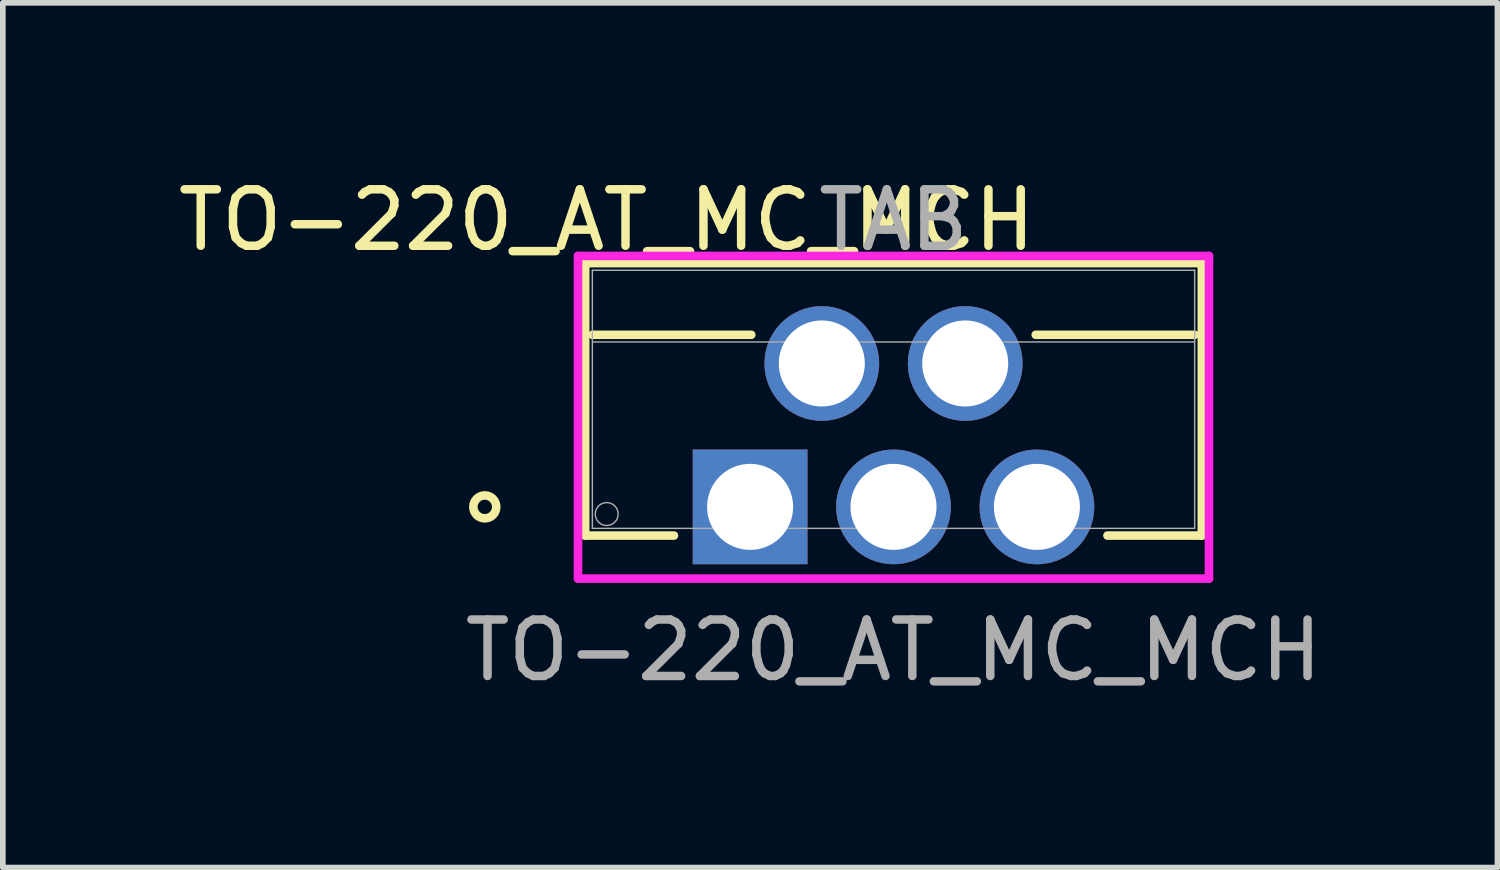
<source format=kicad_pcb>
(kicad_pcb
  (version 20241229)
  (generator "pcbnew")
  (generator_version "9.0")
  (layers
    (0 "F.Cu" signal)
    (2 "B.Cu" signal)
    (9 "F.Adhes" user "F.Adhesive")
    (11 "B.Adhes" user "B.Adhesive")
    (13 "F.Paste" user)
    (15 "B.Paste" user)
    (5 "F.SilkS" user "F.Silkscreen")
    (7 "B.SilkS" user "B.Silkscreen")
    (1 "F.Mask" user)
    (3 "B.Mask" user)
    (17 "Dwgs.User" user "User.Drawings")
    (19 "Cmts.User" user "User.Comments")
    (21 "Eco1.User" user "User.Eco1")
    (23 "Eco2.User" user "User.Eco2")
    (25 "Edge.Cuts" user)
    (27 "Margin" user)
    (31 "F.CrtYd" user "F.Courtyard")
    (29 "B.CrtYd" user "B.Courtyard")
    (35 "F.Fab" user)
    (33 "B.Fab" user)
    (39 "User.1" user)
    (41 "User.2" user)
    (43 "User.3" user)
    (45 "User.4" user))
  (footprint "TO-220_AT_MC_MCH"
    (layer "F.Cu")
    (at 10.236 5.928)
    (property "Reference" "TO-220_AT_MC_MCH" (at -2.54 -5.08 0) (unlocked yes) (layer "F.SilkS") (effects (font (size 1 1) (thickness 0.15))))
    (attr through_hole)
    (fp_line (start -2.921 -4.318) (end -2.921 0.508) (stroke (width 0.152) (type solid)) (layer "F.SilkS"))
    (fp_line (start -2.921 0.508) (end -1.349 0.508) (stroke (width 0.152) (type solid)) (layer "F.SilkS"))
    (fp_line (start -2.794 -3.048) (end 0.021 -3.048) (stroke (width 0.152) (type solid)) (layer "F.SilkS"))
    (fp_line (start 5.059 -3.048) (end 7.874 -3.048) (stroke (width 0.152) (type solid)) (layer "F.SilkS"))
    (fp_line (start 6.329 0.508) (end 8.001 0.508) (stroke (width 0.152) (type solid)) (layer "F.SilkS"))
    (fp_line (start 8.001 -4.318) (end -2.921 -4.318) (stroke (width 0.152) (type solid)) (layer "F.SilkS"))
    (fp_line (start 8.001 0.508) (end 8.001 -4.318) (stroke (width 0.152) (type solid)) (layer "F.SilkS"))
    (fp_circle (center -4.699 0) (end -4.496 0) (stroke (width 0.152) (type solid)) (fill no) (layer "F.SilkS"))
    (fp_line (start -3.048 -4.445) (end -3.048 1.27) (stroke (width 0.152) (type solid)) (layer "F.CrtYd"))
    (fp_line (start -3.048 1.27) (end 8.128 1.27) (stroke (width 0.152) (type solid)) (layer "F.CrtYd"))
    (fp_line (start 8.128 -4.445) (end -3.048 -4.445) (stroke (width 0.152) (type solid)) (layer "F.CrtYd"))
    (fp_line (start 8.128 1.27) (end 8.128 -4.445) (stroke (width 0.152) (type solid)) (layer "F.CrtYd"))
    (fp_line (start -2.794 -4.191) (end -2.794 0.381) (stroke (width 0.025) (type solid)) (layer "F.Fab"))
    (fp_line (start -2.794 -2.921) (end 7.874 -2.921) (stroke (width 0.025) (type solid)) (layer "F.Fab"))
    (fp_line (start -2.794 0.381) (end 7.874 0.381) (stroke (width 0.025) (type solid)) (layer "F.Fab"))
    (fp_line (start 7.874 -4.191) (end -2.794 -4.191) (stroke (width 0.025) (type solid)) (layer "F.Fab"))
    (fp_line (start 7.874 0.381) (end 7.874 -4.191) (stroke (width 0.025) (type solid)) (layer "F.Fab"))
    (fp_circle (center -2.54 0.127) (end -2.337 0.127) (stroke (width 0.025) (type solid)) (fill no) (layer "F.Fab"))
    (fp_text user "TAB" (at 2.54 -5.08 0) (unlocked yes) (layer "F.Fab") (effects (font (size 1 1) (thickness 0.15))))
    (fp_text user "${REFERENCE}" (at 2.54 2.54 0) (unlocked yes) (layer "F.Fab") (effects (font (size 1 1) (thickness 0.15))))
    (pad "1" thru_hole rect (at 0 0) (size 2.032 2.032) (drill 1.524) (layers "*.Cu" "*.Mask"))
    (pad "2" thru_hole circle (at 1.27 -2.54) (size 2.032 2.032) (drill 1.524) (layers "*.Cu" "*.Mask"))
    (pad "3" thru_hole circle (at 2.54 0) (size 2.032 2.032) (drill 1.524) (layers "*.Cu" "*.Mask"))
    (pad "4" thru_hole circle (at 3.81 -2.54) (size 2.032 2.032) (drill 1.524) (layers "*.Cu" "*.Mask"))
    (pad "5" thru_hole circle (at 5.08 0) (size 2.032 2.032) (drill 1.524) (layers "*.Cu" "*.Mask")))
  (gr_rect
    (start -3 -3)
    (end 23.473 12.316)
    (stroke (width 0.1) (type default))
    (fill no)
    (layer "Edge.Cuts")))
</source>
